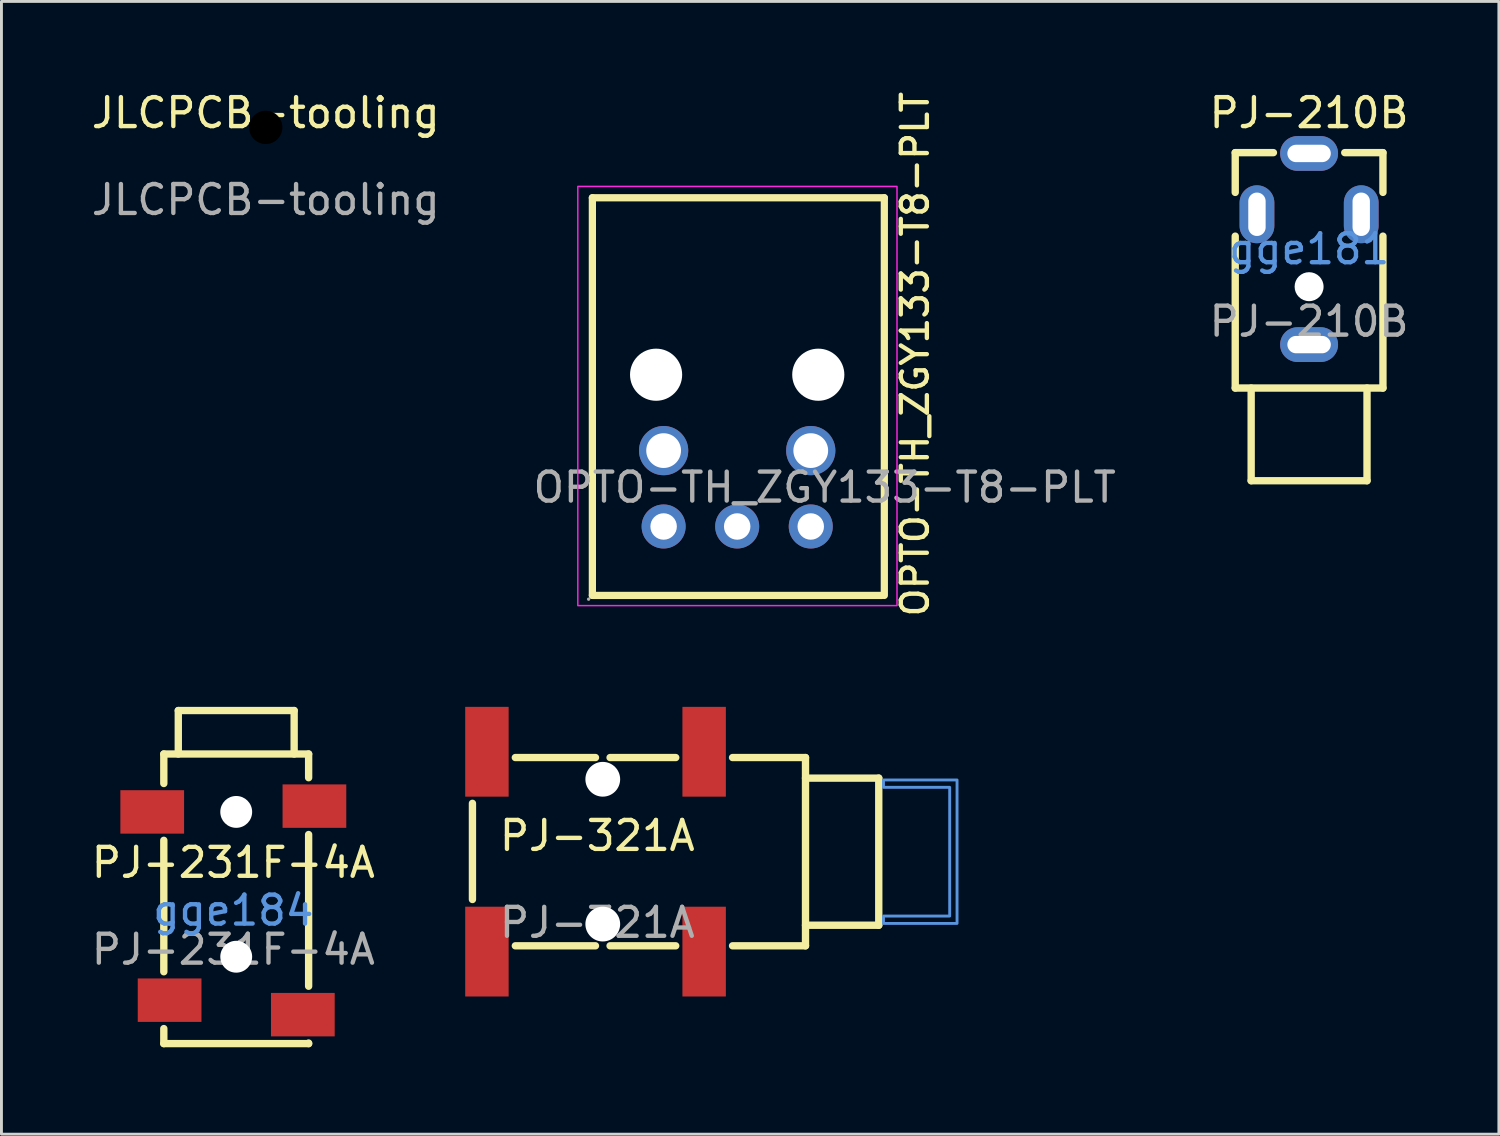
<source format=kicad_pcb>
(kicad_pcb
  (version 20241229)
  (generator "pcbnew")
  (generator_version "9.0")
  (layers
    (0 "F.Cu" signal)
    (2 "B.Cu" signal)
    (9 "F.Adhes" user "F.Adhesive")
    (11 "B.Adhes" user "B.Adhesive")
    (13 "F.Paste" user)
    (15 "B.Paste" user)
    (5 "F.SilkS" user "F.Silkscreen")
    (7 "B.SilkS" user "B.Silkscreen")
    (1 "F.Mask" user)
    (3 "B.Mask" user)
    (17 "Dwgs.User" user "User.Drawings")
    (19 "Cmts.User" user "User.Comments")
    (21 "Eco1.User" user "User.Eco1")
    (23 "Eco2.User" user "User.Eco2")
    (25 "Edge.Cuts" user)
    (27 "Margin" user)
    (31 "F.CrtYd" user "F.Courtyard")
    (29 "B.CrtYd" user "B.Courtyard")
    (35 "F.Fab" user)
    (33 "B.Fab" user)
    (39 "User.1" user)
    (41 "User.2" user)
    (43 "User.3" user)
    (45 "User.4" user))
  (footprint "OPTO-TH_ZGY133-T8-PLT"
    (layer "F.Cu")
    (at 22.403 13.818)
    (property "Reference" "OPTO-TH_ZGY133-T8-PLT" (at 6.14 -4.64 90) (layer "F.SilkS") (effects (font (size 0.9 0.9) (thickness 0.15))))
    (attr through_hole)
    (fp_line (start -5 -10.04) (end 5.08 -10.04) (stroke (width 0.25) (type solid)) (layer "F.SilkS"))
    (fp_line (start -5 3.69) (end -5 -10.04) (stroke (width 0.25) (type solid)) (layer "F.SilkS"))
    (fp_line (start -5 3.69) (end 5 3.69) (stroke (width 0.25) (type solid)) (layer "F.SilkS"))
    (fp_line (start 5.08 -10.04) (end 5.08 3.69) (stroke (width 0.25) (type solid)) (layer "F.SilkS"))
    (fp_rect (start -5.503 -10.432) (end 5.518 4.042) (stroke (width 0.05) (type default)) (fill no) (layer "F.CrtYd"))
    (fp_circle (center -5.13 3.82) (end -5.1 3.82) (stroke (width 0.06) (type solid)) (fill no) (layer "F.Fab"))
    (fp_circle (center -2.8 -3.93) (end -2.4 -3.93) (stroke (width 0.8) (type solid)) (fill no) (layer "F.Fab"))
    (fp_circle (center -2.54 -1.31) (end -2.29 -1.31) (stroke (width 0.5) (type solid)) (fill no) (layer "F.Fab"))
    (fp_circle (center -2.54 1.31) (end -2.36 1.31) (stroke (width 0.36) (type solid)) (fill no) (layer "F.Fab"))
    (fp_circle (center 0 1.31) (end 0.18 1.31) (stroke (width 0.36) (type solid)) (fill no) (layer "F.Fab"))
    (fp_circle (center 2.54 -1.31) (end 2.79 -1.31) (stroke (width 0.5) (type solid)) (fill no) (layer "F.Fab"))
    (fp_circle (center 2.54 1.31) (end 2.72 1.31) (stroke (width 0.36) (type solid)) (fill no) (layer "F.Fab"))
    (fp_circle (center 2.8 -3.93) (end 3.2 -3.93) (stroke (width 0.8) (type solid)) (fill no) (layer "F.Fab"))
    (fp_text user "${REFERENCE}" (at 3.02 -0.04 180) (layer "F.Fab") (effects (font (size 1 1) (thickness 0.15))))
    (pad "" np_thru_hole circle (at -2.8 -3.93) (size 1.8 1.8) (drill 1.8) (layers "*.Cu" "*.Mask"))
    (pad "" np_thru_hole circle (at 2.8 -3.93) (size 1.8 1.8) (drill 1.8) (layers "*.Cu" "*.Mask"))
    (pad "1" thru_hole circle (at -2.54 1.31) (size 1.52 1.52) (drill 0.914) (layers "*.Cu" "*.Mask"))
    (pad "2" thru_hole circle (at 0 1.31) (size 1.52 1.52) (drill 0.914) (layers "*.Cu" "*.Mask"))
    (pad "3" thru_hole circle (at 2.54 1.31) (size 1.52 1.52) (drill 0.914) (layers "*.Cu" "*.Mask"))
    (pad "4" thru_hole circle (at 2.54 -1.31) (size 1.7 1.7) (drill 1.2) (layers "*.Cu" "*.Mask"))
    (pad "5" thru_hole circle (at -2.54 -1.31) (size 1.7 1.7) (drill 1.2) (layers "*.Cu" "*.Mask")))
  (footprint "PJ-231F-4A"
    (layer "F.Cu")
    (at 5.006 27.233)
    (property "Reference" "PJ-231F-4A" (at 0 -0.5 0) (unlocked yes) (layer "F.SilkS") (effects (font (size 1 1) (thickness 0.15))))
    (attr smd)
    (fp_line (start -2.4 -4.25) (end 2.6 -4.25) (stroke (width 0.254) (type solid)) (layer "F.SilkS"))
    (fp_line (start -2.4 -3.231) (end -2.4 -4.25) (stroke (width 0.254) (type solid)) (layer "F.SilkS"))
    (fp_line (start -2.4 3.269) (end -2.4 -1.269) (stroke (width 0.254) (type solid)) (layer "F.SilkS"))
    (fp_line (start -2.4 5.75) (end -2.4 5.231) (stroke (width 0.254) (type solid)) (layer "F.SilkS"))
    (fp_line (start -1.9 -5.75) (end 2.1 -5.75) (stroke (width 0.254) (type solid)) (layer "F.SilkS"))
    (fp_line (start -1.9 -4.25) (end -1.9 -5.75) (stroke (width 0.254) (type solid)) (layer "F.SilkS"))
    (fp_line (start 2.1 -4.25) (end 2.1 -5.75) (stroke (width 0.254) (type solid)) (layer "F.SilkS"))
    (fp_line (start 2.6 -4.25) (end 2.6 -3.431) (stroke (width 0.254) (type solid)) (layer "F.SilkS"))
    (fp_line (start 2.6 -1.469) (end 2.6 3.769) (stroke (width 0.254) (type solid)) (layer "F.SilkS"))
    (fp_line (start 2.6 5.731) (end 2.6 5.75) (stroke (width 0.254) (type solid)) (layer "F.SilkS"))
    (fp_line (start 2.6 5.75) (end -2.4 5.75) (stroke (width 0.254) (type solid)) (layer "F.SilkS"))
    (fp_text user "gge184" (at 0 1.15 0) (layer "Cmts.User") (effects (font (size 1 1) (thickness 0.15))))
    (fp_text user "${REFERENCE}" (at 0 2.5 0) (unlocked yes) (layer "F.Fab") (effects (font (size 1 1) (thickness 0.15))))
    (pad "" np_thru_hole circle (at 0.1 -2.25) (size 1.1 1.1) (drill 1.1) (layers "*.Cu" "*.Mask"))
    (pad "" np_thru_hole circle (at 0.1 2.75) (size 1.1 1.1) (drill 1.1) (layers "*.Cu" "*.Mask"))
    (pad "R" smd rect (at 2.4 4.75 90) (size 1.5 2.2) (layers "F.Cu" "F.Mask" "F.Paste"))
    (pad "S" smd rect (at -2.8 -2.25 90) (size 1.5 2.2) (layers "F.Cu" "F.Mask" "F.Paste"))
    (pad "S" smd rect (at 2.8 -2.45 90) (size 1.5 2.2) (layers "F.Cu" "F.Mask" "F.Paste"))
    (pad "T" smd rect (at -2.2 4.25 90) (size 1.5 2.2) (layers "F.Cu" "F.Mask" "F.Paste")))
  (footprint "PJ-210B"
    (layer "F.Cu")
    (at 42.149 5.548)
    (property "Reference" "PJ-210B" (at 0 -4.7 0) (unlocked yes) (layer "F.SilkS") (effects (font (size 1 1) (thickness 0.15))))
    (attr through_hole)
    (fp_line (start -2.55 -1.955) (end -2.55 -3.328) (stroke (width 0.254) (type solid)) (layer "F.SilkS"))
    (fp_line (start -2.55 4.8) (end -2.55 -0.445) (stroke (width 0.254) (type solid)) (layer "F.SilkS"))
    (fp_line (start -2.55 4.8) (end 2.55 4.8) (stroke (width 0.254) (type solid)) (layer "F.SilkS"))
    (fp_line (start -2 8) (end -2 4.8) (stroke (width 0.254) (type solid)) (layer "F.SilkS"))
    (fp_line (start -1.231 -3.328) (end -2.55 -3.328) (stroke (width 0.254) (type solid)) (layer "F.SilkS"))
    (fp_line (start 2 8) (end -2 8) (stroke (width 0.254) (type solid)) (layer "F.SilkS"))
    (fp_line (start 2 8) (end 2 4.8) (stroke (width 0.254) (type solid)) (layer "F.SilkS"))
    (fp_line (start 2.55 -3.328) (end 1.231 -3.328) (stroke (width 0.254) (type solid)) (layer "F.SilkS"))
    (fp_line (start 2.55 -1.955) (end 2.55 -3.328) (stroke (width 0.254) (type solid)) (layer "F.SilkS"))
    (fp_line (start 2.55 4.8) (end 2.55 -0.445) (stroke (width 0.254) (type solid)) (layer "F.SilkS"))
    (fp_text user "gge181" (at 0 0 0) (layer "Cmts.User") (effects (font (size 1 1) (thickness 0.15))))
    (fp_text user "${REFERENCE}" (at 0 2.5 0) (unlocked yes) (layer "F.Fab") (effects (font (size 1 1) (thickness 0.15))))
    (pad "" np_thru_hole circle (at 0 1.3) (size 1 1) (drill 1) (layers "*.Cu" "*.Mask"))
    (pad "R" thru_hole oval (at 0 -3.3 90) (size 1.2 2) (drill oval 0.6 1.5) (layers "*.Cu" "*.Paste" "*.Mask"))
    (pad "S" thru_hole oval (at 0 3.3 90) (size 1.2 2) (drill oval 0.6 1.5) (layers "*.Cu" "*.Paste" "*.Mask"))
    (pad "T" thru_hole oval (at -1.8 -1.2) (size 1.2 2) (drill oval 0.6 1.5) (layers "*.Cu" "*.Paste" "*.Mask"))
    (pad "T" thru_hole oval (at 1.8 -1.2) (size 1.2 2) (drill oval 0.6 1.5) (layers "*.Cu" "*.Paste" "*.Mask")))
  (footprint "PJ-321A"
    (layer "F.Cu")
    (at 17.573 26.305)
    (property "Reference" "PJ-321A" (at 0 -0.5 0) (unlocked yes) (layer "F.SilkS") (effects (font (size 1 1) (thickness 0.15))))
    (attr smd)
    (fp_line (start -4.311 -1.618) (end -4.311 1.702) (stroke (width 0.254) (type solid)) (layer "F.SilkS"))
    (fp_line (start -0.063 -3.199) (end -2.83 -3.199) (stroke (width 0.254) (type solid)) (layer "F.SilkS"))
    (fp_line (start -0.063 3.301) (end -2.83 3.301) (stroke (width 0.254) (type solid)) (layer "F.SilkS"))
    (fp_line (start 2.708 -3.199) (end 0.441 -3.199) (stroke (width 0.254) (type solid)) (layer "F.SilkS"))
    (fp_line (start 2.708 3.301) (end 0.441 3.301) (stroke (width 0.254) (type solid)) (layer "F.SilkS"))
    (fp_line (start 7.189 -3.199) (end 4.67 -3.199) (stroke (width 0.254) (type solid)) (layer "F.SilkS"))
    (fp_line (start 7.189 -3.199) (end 7.189 3.301) (stroke (width 0.254) (type solid)) (layer "F.SilkS"))
    (fp_line (start 7.189 2.591) (end 9.718 2.591) (stroke (width 0.254) (type solid)) (layer "F.SilkS"))
    (fp_line (start 7.189 3.301) (end 4.67 3.301) (stroke (width 0.254) (type solid)) (layer "F.SilkS"))
    (fp_line (start 9.718 -2.489) (end 7.189 -2.489) (stroke (width 0.254) (type solid)) (layer "F.SilkS"))
    (fp_line (start 9.718 2.591) (end 9.718 -2.489) (stroke (width 0.254) (type solid)) (layer "F.SilkS"))
    (fp_circle (center 0.189 -2.449) (end 0.189 -2.249) (stroke (width 0.4) (type solid)) (fill no) (layer "Cmts.User"))
    (fp_circle (center 0.189 2.551) (end 0.189 2.751) (stroke (width 0.4) (type solid)) (fill no) (layer "Cmts.User"))
    (fp_poly (pts (xy 9.881 -2.425) (xy 12.421 -2.425) (xy 12.421 2.528) (xy 9.881 2.528) (xy 9.881 2.274) (xy 12.167 2.274) (xy 12.167 -2.171) (xy 9.881 -2.171)) (stroke (width 0.1) (type solid)) (fill no) (layer "Cmts.User"))
    (fp_text user "${REFERENCE}" (at 0 2.5 0) (unlocked yes) (layer "F.Fab") (effects (font (size 1 1) (thickness 0.15))))
    (pad "" np_thru_hole circle (at 0.189 -2.449 270) (size 1.2 1.2) (drill 1.2) (layers "*.Cu" "*.Mask"))
    (pad "" np_thru_hole circle (at 0.189 2.551 270) (size 1.2 1.2) (drill 1.2) (layers "*.Cu" "*.Mask"))
    (pad "R" smd rect (at -3.811 3.501) (size 1.5 3.1) (layers "F.Cu" "F.Mask" "F.Paste"))
    (pad "S" smd rect (at -3.811 -3.399) (size 1.5 3.1) (layers "F.Cu" "F.Mask" "F.Paste"))
    (pad "T" smd rect (at 3.689 -3.399) (size 1.5 3.1) (layers "F.Cu" "F.Mask" "F.Paste"))
    (pad "T" smd rect (at 3.689 3.501) (size 1.5 3.1) (layers "F.Cu" "F.Mask" "F.Paste")))
  (footprint "JLCPCB-tooling"
    (layer "F.Cu")
    (at 6.125 1.348)
    (property "Reference" "JLCPCB-tooling" (at 0 -0.5 0) (unlocked yes) (layer "F.SilkS") (effects (font (size 1 1) (thickness 0.15))))
    (attr through_hole)
    (fp_text user "${REFERENCE}" (at 0 2.5 0) (unlocked yes) (layer "F.Fab") (effects (font (size 1 1) (thickness 0.15))))
    (pad "" np_thru_hole circle (at 0 0) (size 1.3 1.3) (drill 1.152) (layers "*.Mask")))
  (gr_rect
    (start -3 -3)
    (end 48.702 36.11)
    (stroke (width 0.1) (type default))
    (fill no)
    (layer "Edge.Cuts")))
</source>
